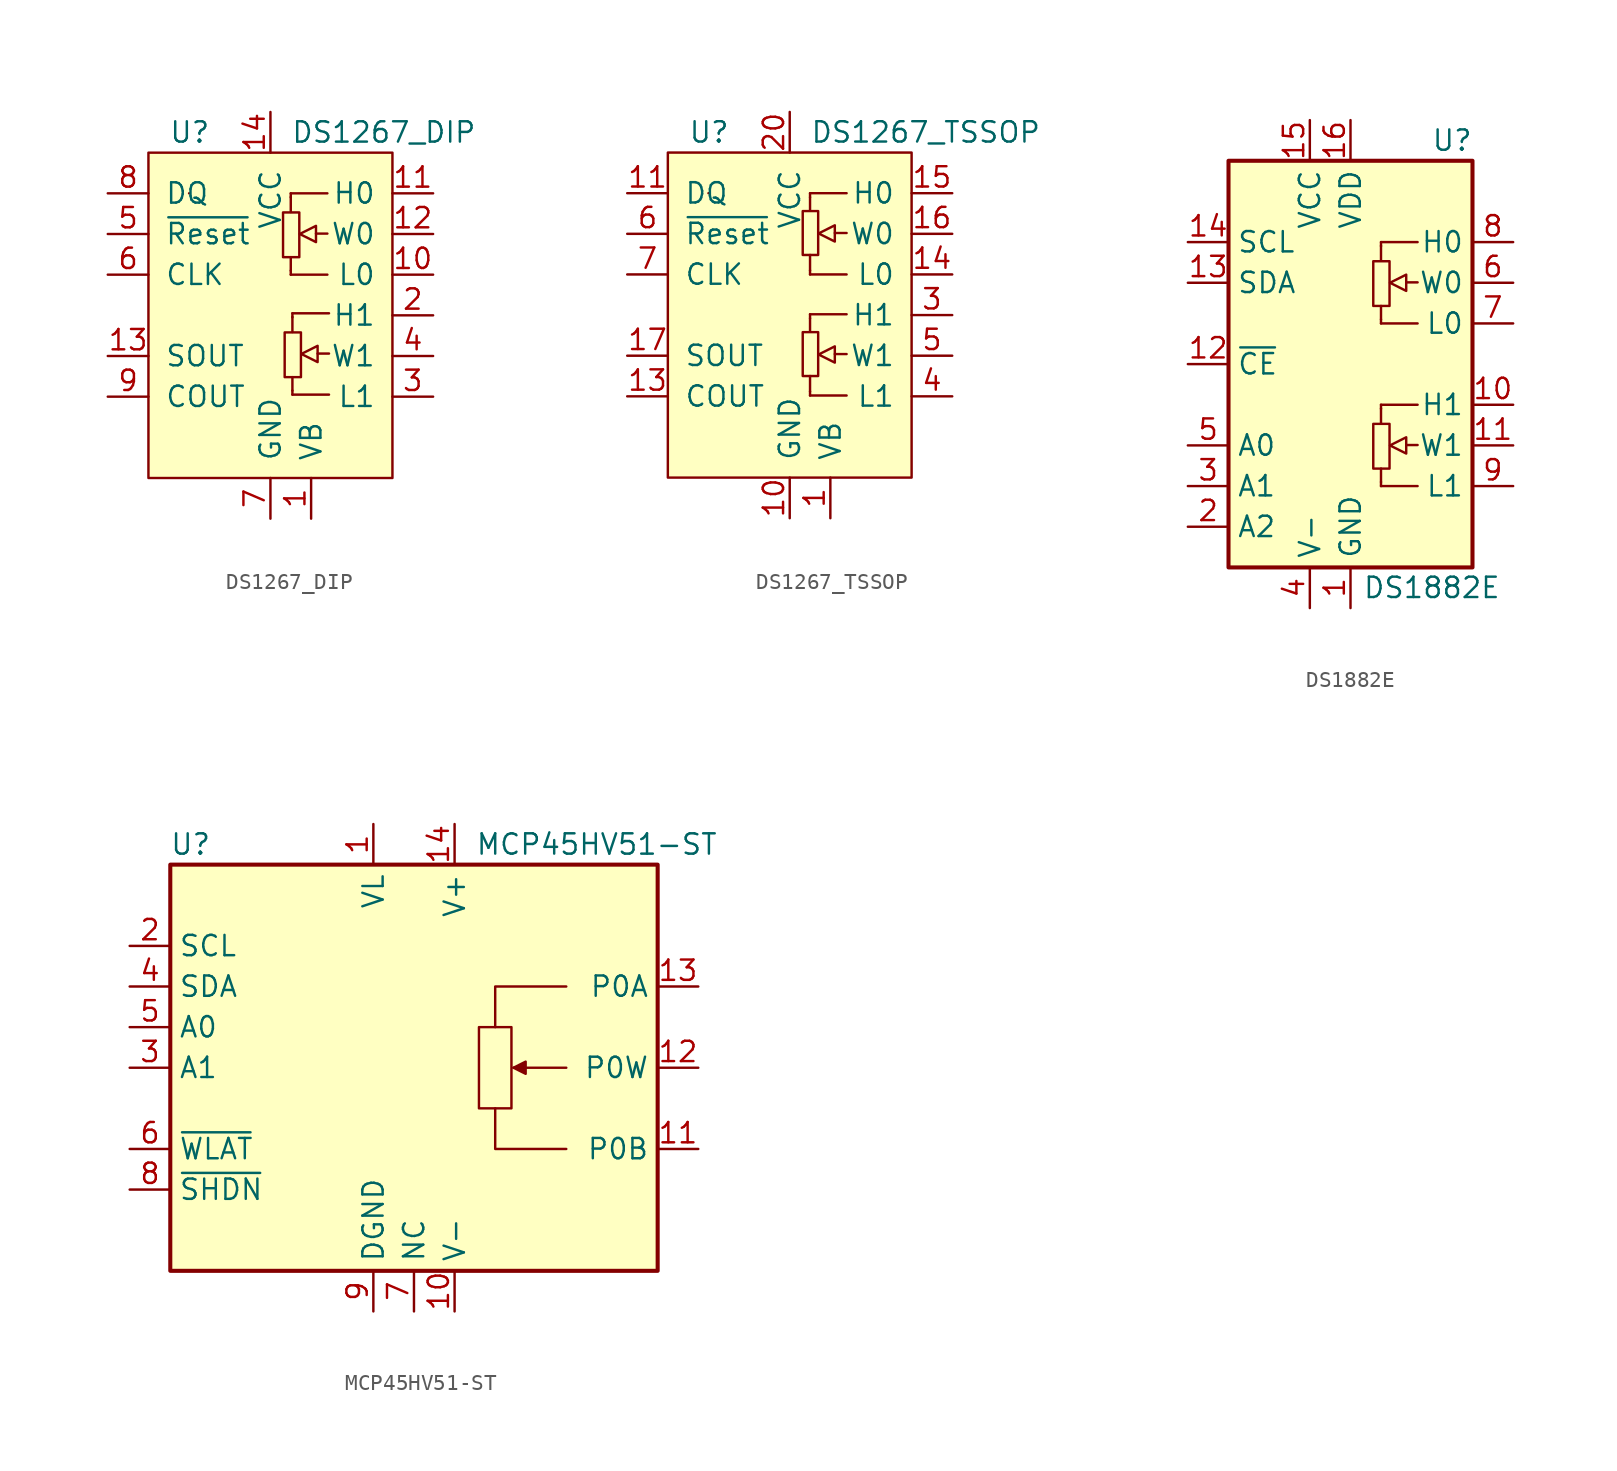
<source format=kicad_sym>
(kicad_symbol_lib
  (version 20201005)
  (generator kicad_symbol_editor)
  (symbol "DS1267_DIP"
    (pin_names
      (offset 1.016))
    (property "Reference" "U"
      (at -6.35 11.43 0)
      (effects (font (size 1.27 1.27)) (justify left)))
    (property "Value" "DS1267_DIP"
      (at 1.27 11.43 0)
      (effects (font (size 1.27 1.27)) (justify left)))
    (symbol "DS1267_DIP_0_1"
      (rectangle (start -5.08 7.62) (end -5.08 7.62) (stroke (width 0)) (fill (type none)))
      (rectangle (start 0.787 6.426) (end 1.803 3.632) (stroke (width 0)) (fill (type none)))
      (rectangle (start 0.889 -1.067) (end 1.905 -3.861) (stroke (width 0)) (fill (type none)))
      (rectangle (start -7.62 10.16) (end 7.62 -10.16) (stroke (width 0)) (fill (type background)))
      (polyline (pts (xy 1.27 2.794) (xy 1.27 3.632)) (stroke (width 0)) (fill (type none)))
      (polyline (pts (xy 1.27 7.391) (xy 1.27 6.452)) (stroke (width 0)) (fill (type none)))
      (polyline (pts (xy 1.372 -4.699) (xy 1.372 -3.861)) (stroke (width 0)) (fill (type none)))
      (polyline (pts (xy 1.372 -0.102) (xy 1.372 -1.041)) (stroke (width 0)) (fill (type none)))
      (polyline (pts (xy 2.845 5.105) (xy 3.556 5.105)) (stroke (width 0)) (fill (type none)))
      (polyline (pts (xy 2.946 -2.388) (xy 3.658 -2.388)) (stroke (width 0)) (fill (type none)))
      (polyline (pts (xy 1.27 7.62) (xy 1.27 7.366) (xy 1.27 7.366)) (stroke (width 0)) (fill (type none)))
      (polyline (pts (xy 1.372 0.127) (xy 1.372 -0.127) (xy 1.372 -0.127)) (stroke (width 0)) (fill (type none)))
      (polyline (pts (xy 1.27 2.54) (xy 1.27 2.794) (xy 1.27 2.794)) (stroke (width 0)) (fill (type background)))
      (polyline (pts (xy 1.27 2.54) (xy 3.556 2.54) (xy 3.556 2.54)) (stroke (width 0)) (fill (type background)))
      (polyline (pts (xy 1.27 7.62) (xy 3.556 7.62) (xy 3.556 7.62)) (stroke (width 0)) (fill (type background)))
      (polyline (pts (xy 1.372 -4.953) (xy 1.372 -4.699) (xy 1.372 -4.699)) (stroke (width 0)) (fill (type background)))
      (polyline (pts (xy 1.372 -4.953) (xy 3.658 -4.953) (xy 3.658 -4.953)) (stroke (width 0)) (fill (type background)))
      (polyline (pts (xy 1.372 0.127) (xy 3.658 0.127) (xy 3.658 0.127)) (stroke (width 0)) (fill (type background)))
      (polyline (pts (xy 2.845 5.588) (xy 2.845 4.572) (xy 1.829 5.08) (xy 2.845 5.588) (xy 2.845 5.588)) (stroke (width 0)) (fill (type background)))
      (polyline (pts (xy 2.946 -1.905) (xy 2.946 -2.921) (xy 1.93 -2.413) (xy 2.946 -1.905) (xy 2.946 -1.905)) (stroke (width 0)) (fill (type background))))
    (symbol "DS1267_DIP_1_1"
      (pin power_in line (at 2.54 -12.7 90) (length 2.54) (name "VB" (effects (font (size 1.27 1.27)))) (number "1" (effects (font (size 1.27 1.27)))))
      (pin passive line (at 10.16 2.54 180) (length 2.54) (name "L0" (effects (font (size 1.27 1.27)))) (number "10" (effects (font (size 1.27 1.27)))))
      (pin passive line (at 10.16 7.62 180) (length 2.54) (name "H0" (effects (font (size 1.27 1.27)))) (number "11" (effects (font (size 1.27 1.27)))))
      (pin passive line (at 10.16 5.08 180) (length 2.54) (name "W0" (effects (font (size 1.27 1.27)))) (number "12" (effects (font (size 1.27 1.27)))))
      (pin output line (at -10.16 -2.54 0) (length 2.54) (name "SOUT" (effects (font (size 1.27 1.27)))) (number "13" (effects (font (size 1.27 1.27)))))
      (pin power_in line (at 0 12.7 270) (length 2.54) (name "VCC" (effects (font (size 1.27 1.27)))) (number "14" (effects (font (size 1.27 1.27)))))
      (pin passive line (at 10.16 0 180) (length 2.54) (name "H1" (effects (font (size 1.27 1.27)))) (number "2" (effects (font (size 1.27 1.27)))))
      (pin passive line (at 10.16 -5.08 180) (length 2.54) (name "L1" (effects (font (size 1.27 1.27)))) (number "3" (effects (font (size 1.27 1.27)))))
      (pin passive line (at 10.16 -2.54 180) (length 2.54) (name "W1" (effects (font (size 1.27 1.27)))) (number "4" (effects (font (size 1.27 1.27)))))
      (pin input line (at -10.16 5.08 0) (length 2.54) (name "~Reset" (effects (font (size 1.27 1.27)))) (number "5" (effects (font (size 1.27 1.27)))))
      (pin input line (at -10.16 2.54 0) (length 2.54) (name "CLK" (effects (font (size 1.27 1.27)))) (number "6" (effects (font (size 1.27 1.27)))))
      (pin power_in line (at 0 -12.7 90) (length 2.54) (name "GND" (effects (font (size 1.27 1.27)))) (number "7" (effects (font (size 1.27 1.27)))))
      (pin input line (at -10.16 7.62 0) (length 2.54) (name "DQ" (effects (font (size 1.27 1.27)))) (number "8" (effects (font (size 1.27 1.27)))))
      (pin output line (at -10.16 -5.08 0) (length 2.54) (name "COUT" (effects (font (size 1.27 1.27)))) (number "9" (effects (font (size 1.27 1.27)))))))
  (symbol "DS1267_TSSOP"
    (pin_names
      (offset 1.016))
    (property "Reference" "U"
      (at -6.35 11.43 0)
      (effects (font (size 1.27 1.27)) (justify left)))
    (property "Value" "DS1267_TSSOP"
      (at 1.27 11.43 0)
      (effects (font (size 1.27 1.27)) (justify left)))
    (symbol "DS1267_TSSOP_0_1"
      (rectangle (start -5.08 7.62) (end -5.08 7.62) (stroke (width 0)) (fill (type none)))
      (rectangle (start 0.813 -1.067) (end 1.778 -3.81) (stroke (width 0)) (fill (type none)))
      (rectangle (start 0.813 6.502) (end 1.778 3.759) (stroke (width 0)) (fill (type none)))
      (rectangle (start -7.62 10.16) (end 7.62 -10.16) (stroke (width 0)) (fill (type background)))
      (polyline (pts (xy 1.27 -4.775) (xy 1.27 -3.81)) (stroke (width 0)) (fill (type none)))
      (polyline (pts (xy 1.27 -0.203) (xy 1.27 -1.041)) (stroke (width 0)) (fill (type none)))
      (polyline (pts (xy 1.27 2.794) (xy 1.27 3.759)) (stroke (width 0)) (fill (type none)))
      (polyline (pts (xy 1.27 7.366) (xy 1.27 6.528)) (stroke (width 0)) (fill (type none)))
      (polyline (pts (xy 2.819 -2.438) (xy 3.556 -2.438)) (stroke (width 0)) (fill (type none)))
      (polyline (pts (xy 2.819 5.131) (xy 3.556 5.131)) (stroke (width 0)) (fill (type none)))
      (polyline (pts (xy 1.27 0.051) (xy 1.27 -0.203) (xy 1.27 -0.203)) (stroke (width 0)) (fill (type none)))
      (polyline (pts (xy 1.27 7.62) (xy 1.27 7.366) (xy 1.27 7.366)) (stroke (width 0)) (fill (type none)))
      (polyline (pts (xy 1.27 -5.029) (xy 1.27 -4.775) (xy 1.27 -4.775)) (stroke (width 0)) (fill (type background)))
      (polyline (pts (xy 1.27 -5.029) (xy 3.556 -5.029) (xy 3.556 -5.029)) (stroke (width 0)) (fill (type background)))
      (polyline (pts (xy 1.27 0.051) (xy 3.556 0.051) (xy 3.556 0.051)) (stroke (width 0)) (fill (type background)))
      (polyline (pts (xy 1.27 2.54) (xy 1.27 2.794) (xy 1.27 2.794)) (stroke (width 0)) (fill (type background)))
      (polyline (pts (xy 1.27 2.54) (xy 3.556 2.54) (xy 3.556 2.54)) (stroke (width 0)) (fill (type background)))
      (polyline (pts (xy 1.27 7.62) (xy 3.556 7.62) (xy 3.556 7.62)) (stroke (width 0)) (fill (type background)))
      (polyline (pts (xy 2.819 -1.956) (xy 2.819 -2.972) (xy 1.803 -2.464) (xy 2.819 -1.956) (xy 2.819 -1.956)) (stroke (width 0)) (fill (type background)))
      (polyline (pts (xy 2.819 5.613) (xy 2.819 4.597) (xy 1.803 5.105) (xy 2.819 5.613) (xy 2.819 5.613)) (stroke (width 0)) (fill (type background))))
    (symbol "DS1267_TSSOP_1_1"
      (pin power_in line (at 2.54 -12.7 90) (length 2.54) (name "VB" (effects (font (size 1.27 1.27)))) (number "1" (effects (font (size 1.27 1.27)))))
      (pin power_in line (at 0 -12.7 90) (length 2.54) (name "GND" (effects (font (size 1.27 1.27)))) (number "10" (effects (font (size 1.27 1.27)))))
      (pin input line (at -10.16 7.62 0) (length 2.54) (name "DQ" (effects (font (size 1.27 1.27)))) (number "11" (effects (font (size 1.27 1.27)))))
      (pin output line (at -10.16 -5.08 0) (length 2.54) (name "COUT" (effects (font (size 1.27 1.27)))) (number "13" (effects (font (size 1.27 1.27)))))
      (pin passive line (at 10.16 2.54 180) (length 2.54) (name "L0" (effects (font (size 1.27 1.27)))) (number "14" (effects (font (size 1.27 1.27)))))
      (pin passive line (at 10.16 7.62 180) (length 2.54) (name "H0" (effects (font (size 1.27 1.27)))) (number "15" (effects (font (size 1.27 1.27)))))
      (pin passive line (at 10.16 5.08 180) (length 2.54) (name "W0" (effects (font (size 1.27 1.27)))) (number "16" (effects (font (size 1.27 1.27)))))
      (pin output line (at -10.16 -2.54 0) (length 2.54) (name "SOUT" (effects (font (size 1.27 1.27)))) (number "17" (effects (font (size 1.27 1.27)))))
      (pin power_in line (at 0 12.7 270) (length 2.54) (name "VCC" (effects (font (size 1.27 1.27)))) (number "20" (effects (font (size 1.27 1.27)))))
      (pin passive line (at 10.16 0 180) (length 2.54) (name "H1" (effects (font (size 1.27 1.27)))) (number "3" (effects (font (size 1.27 1.27)))))
      (pin passive line (at 10.16 -5.08 180) (length 2.54) (name "L1" (effects (font (size 1.27 1.27)))) (number "4" (effects (font (size 1.27 1.27)))))
      (pin passive line (at 10.16 -2.54 180) (length 2.54) (name "W1" (effects (font (size 1.27 1.27)))) (number "5" (effects (font (size 1.27 1.27)))))
      (pin input line (at -10.16 5.08 0) (length 2.54) (name "~Reset" (effects (font (size 1.27 1.27)))) (number "6" (effects (font (size 1.27 1.27)))))
      (pin input line (at -10.16 2.54 0) (length 2.54) (name "CLK" (effects (font (size 1.27 1.27)))) (number "7" (effects (font (size 1.27 1.27)))))))
  (symbol "DS1882E"
    (property "Reference" "U"
      (at 6.35 13.97 0)
      (effects (font (size 1.27 1.27))))
    (property "Value" "DS1882E"
      (at 5.08 -13.97 0)
      (effects (font (size 1.27 1.27))))
    (symbol "DS1882E_0_1"
      (rectangle (start -7.62 12.7) (end 7.62 -12.7) (stroke (width 0.254)) (fill (type background))))
    (symbol "DS1882E_1_1"
      (rectangle (start 1.422 -3.734) (end 2.438 -6.528) (stroke (width 0)) (fill (type none)))
      (rectangle (start 1.422 6.426) (end 2.438 3.632) (stroke (width 0)) (fill (type none)))
      (polyline (pts (xy 1.905 -7.366) (xy 1.905 -6.528)) (stroke (width 0)) (fill (type none)))
      (polyline (pts (xy 1.905 -2.769) (xy 1.905 -3.708)) (stroke (width 0)) (fill (type none)))
      (polyline (pts (xy 1.905 2.794) (xy 1.905 3.632)) (stroke (width 0)) (fill (type none)))
      (polyline (pts (xy 1.905 7.391) (xy 1.905 6.452)) (stroke (width 0)) (fill (type none)))
      (polyline (pts (xy 3.48 -5.055) (xy 4.191 -5.055)) (stroke (width 0)) (fill (type none)))
      (polyline (pts (xy 3.48 5.105) (xy 4.191 5.105)) (stroke (width 0)) (fill (type none)))
      (polyline (pts (xy 1.905 -2.54) (xy 1.905 -2.794) (xy 1.905 -2.794)) (stroke (width 0)) (fill (type none)))
      (polyline (pts (xy 1.905 7.62) (xy 1.905 7.366) (xy 1.905 7.366)) (stroke (width 0)) (fill (type none)))
      (polyline (pts (xy 1.905 -7.62) (xy 1.905 -7.366) (xy 1.905 -7.366)) (stroke (width 0)) (fill (type background)))
      (polyline (pts (xy 1.905 -7.62) (xy 4.191 -7.62) (xy 4.191 -7.62)) (stroke (width 0)) (fill (type background)))
      (polyline (pts (xy 1.905 -2.54) (xy 4.191 -2.54) (xy 4.191 -2.54)) (stroke (width 0)) (fill (type background)))
      (polyline (pts (xy 1.905 2.54) (xy 1.905 2.794) (xy 1.905 2.794)) (stroke (width 0)) (fill (type background)))
      (polyline (pts (xy 1.905 2.54) (xy 4.191 2.54) (xy 4.191 2.54)) (stroke (width 0)) (fill (type background)))
      (polyline (pts (xy 1.905 7.62) (xy 4.191 7.62) (xy 4.191 7.62)) (stroke (width 0)) (fill (type background)))
      (polyline (pts (xy 3.48 -4.572) (xy 3.48 -5.588) (xy 2.464 -5.08) (xy 3.48 -4.572) (xy 3.48 -4.572)) (stroke (width 0)) (fill (type background)))
      (polyline (pts (xy 3.48 5.588) (xy 3.48 4.572) (xy 2.464 5.08) (xy 3.48 5.588) (xy 3.48 5.588)) (stroke (width 0)) (fill (type background)))
      (pin power_in line (at 0 -15.24 90) (length 2.54) (name "GND" (effects (font (size 1.27 1.27)))) (number "1" (effects (font (size 1.27 1.27)))))
      (pin passive line (at 10.16 -2.54 180) (length 2.54) (name "H1" (effects (font (size 1.27 1.27)))) (number "10" (effects (font (size 1.27 1.27)))))
      (pin passive line (at 10.16 -5.08 180) (length 2.54) (name "W1" (effects (font (size 1.27 1.27)))) (number "11" (effects (font (size 1.27 1.27)))))
      (pin input line (at -10.16 0 0) (length 2.54) (name "~CE" (effects (font (size 1.27 1.27)))) (number "12" (effects (font (size 1.27 1.27)))))
      (pin bidirectional line (at -10.16 5.08 0) (length 2.54) (name "SDA" (effects (font (size 1.27 1.27)))) (number "13" (effects (font (size 1.27 1.27)))))
      (pin input line (at -10.16 7.62 0) (length 2.54) (name "SCL" (effects (font (size 1.27 1.27)))) (number "14" (effects (font (size 1.27 1.27)))))
      (pin power_in line (at -2.54 15.24 270) (length 2.54) (name "VCC" (effects (font (size 1.27 1.27)))) (number "15" (effects (font (size 1.27 1.27)))))
      (pin power_in line (at 0 15.24 270) (length 2.54) (name "VDD" (effects (font (size 1.27 1.27)))) (number "16" (effects (font (size 1.27 1.27)))))
      (pin input line (at -10.16 -10.16 0) (length 2.54) (name "A2" (effects (font (size 1.27 1.27)))) (number "2" (effects (font (size 1.27 1.27)))))
      (pin input line (at -10.16 -7.62 0) (length 2.54) (name "A1" (effects (font (size 1.27 1.27)))) (number "3" (effects (font (size 1.27 1.27)))))
      (pin power_in line (at -2.54 -15.24 90) (length 2.54) (name "V-" (effects (font (size 1.27 1.27)))) (number "4" (effects (font (size 1.27 1.27)))))
      (pin input line (at -10.16 -5.08 0) (length 2.54) (name "A0" (effects (font (size 1.27 1.27)))) (number "5" (effects (font (size 1.27 1.27)))))
      (pin passive line (at 10.16 5.08 180) (length 2.54) (name "W0" (effects (font (size 1.27 1.27)))) (number "6" (effects (font (size 1.27 1.27)))))
      (pin passive line (at 10.16 2.54 180) (length 2.54) (name "L0" (effects (font (size 1.27 1.27)))) (number "7" (effects (font (size 1.27 1.27)))))
      (pin passive line (at 10.16 7.62 180) (length 2.54) (name "H0" (effects (font (size 1.27 1.27)))) (number "8" (effects (font (size 1.27 1.27)))))
      (pin passive line (at 10.16 -7.62 180) (length 2.54) (name "L1" (effects (font (size 1.27 1.27)))) (number "9" (effects (font (size 1.27 1.27)))))))
  (symbol "MCP45HV51-ST"
    (property "Reference" "U"
      (at -13.97 13.97 0)
      (effects (font (size 1.27 1.27))))
    (property "Value" "MCP45HV51-ST"
      (at 11.43 13.97 0)
      (effects (font (size 1.27 1.27))))
    (symbol "MCP45HV51-ST_0_1"
      (polyline (pts (xy 9.525 0) (xy 6.223 0)) (stroke (width 0)) (fill (type none)))
      (polyline (pts (xy 5.08 -2.54) (xy 5.08 -5.08) (xy 9.525 -5.08)) (stroke (width 0)) (fill (type none)))
      (polyline (pts (xy 5.08 2.54) (xy 5.08 5.08) (xy 9.525 5.08)) (stroke (width 0)) (fill (type none)))
      (polyline (pts (xy 6.096 2.54) (xy 4.064 2.54) (xy 4.064 -2.54) (xy 6.096 -2.54) (xy 6.096 2.54)) (stroke (width 0)) (fill (type none)))
      (polyline (pts (xy 6.223 0) (xy 6.985 0.381) (xy 6.985 -0.381) (xy 6.223 0)) (stroke (width 0)) (fill (type outline))))
    (symbol "MCP45HV51-ST_1_1"
      (rectangle (start -15.24 12.7) (end 15.24 -12.7) (stroke (width 0.254)) (fill (type background)))
      (pin power_in line (at -2.54 15.24 270) (length 2.54) (name "VL" (effects (font (size 1.27 1.27)))) (number "1" (effects (font (size 1.27 1.27)))))
      (pin power_in line (at 2.54 -15.24 90) (length 2.54) (name "V-" (effects (font (size 1.27 1.27)))) (number "10" (effects (font (size 1.27 1.27)))))
      (pin passive line (at 17.78 -5.08 180) (length 2.54) (name "P0B" (effects (font (size 1.27 1.27)))) (number "11" (effects (font (size 1.27 1.27)))))
      (pin passive line (at 17.78 0 180) (length 2.54) (name "P0W" (effects (font (size 1.27 1.27)))) (number "12" (effects (font (size 1.27 1.27)))))
      (pin passive line (at 17.78 5.08 180) (length 2.54) (name "P0A" (effects (font (size 1.27 1.27)))) (number "13" (effects (font (size 1.27 1.27)))))
      (pin power_in line (at 2.54 15.24 270) (length 2.54) (name "V+" (effects (font (size 1.27 1.27)))) (number "14" (effects (font (size 1.27 1.27)))))
      (pin input line (at -17.78 7.62 0) (length 2.54) (name "SCL" (effects (font (size 1.27 1.27)))) (number "2" (effects (font (size 1.27 1.27)))))
      (pin input line (at -17.78 0 0) (length 2.54) (name "A1" (effects (font (size 1.27 1.27)))) (number "3" (effects (font (size 1.27 1.27)))))
      (pin bidirectional line (at -17.78 5.08 0) (length 2.54) (name "SDA" (effects (font (size 1.27 1.27)))) (number "4" (effects (font (size 1.27 1.27)))))
      (pin input line (at -17.78 2.54 0) (length 2.54) (name "A0" (effects (font (size 1.27 1.27)))) (number "5" (effects (font (size 1.27 1.27)))))
      (pin input line (at -17.78 -5.08 0) (length 2.54) (name "~WLAT" (effects (font (size 1.27 1.27)))) (number "6" (effects (font (size 1.27 1.27)))))
      (pin passive line (at 0 -15.24 90) (length 2.54) (name "NC" (effects (font (size 1.27 1.27)))) (number "7" (effects (font (size 1.27 1.27)))))
      (pin input line (at -17.78 -7.62 0) (length 2.54) (name "~SHDN" (effects (font (size 1.27 1.27)))) (number "8" (effects (font (size 1.27 1.27)))))
      (pin power_in line (at -2.54 -15.24 90) (length 2.54) (name "DGND" (effects (font (size 1.27 1.27)))) (number "9" (effects (font (size 1.27 1.27))))))))
</source>
